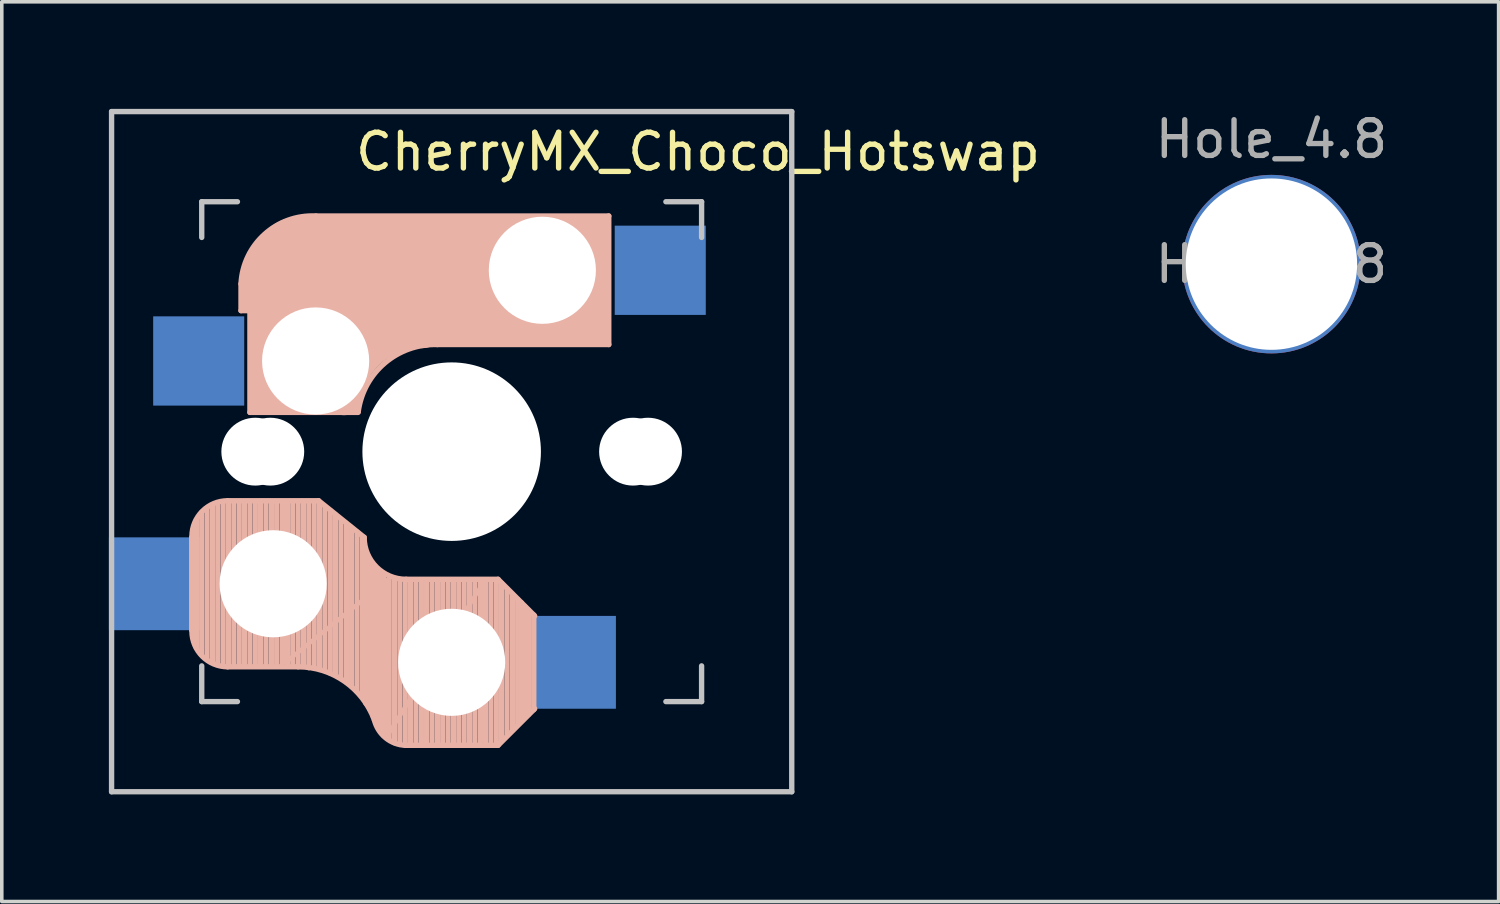
<source format=kicad_pcb>
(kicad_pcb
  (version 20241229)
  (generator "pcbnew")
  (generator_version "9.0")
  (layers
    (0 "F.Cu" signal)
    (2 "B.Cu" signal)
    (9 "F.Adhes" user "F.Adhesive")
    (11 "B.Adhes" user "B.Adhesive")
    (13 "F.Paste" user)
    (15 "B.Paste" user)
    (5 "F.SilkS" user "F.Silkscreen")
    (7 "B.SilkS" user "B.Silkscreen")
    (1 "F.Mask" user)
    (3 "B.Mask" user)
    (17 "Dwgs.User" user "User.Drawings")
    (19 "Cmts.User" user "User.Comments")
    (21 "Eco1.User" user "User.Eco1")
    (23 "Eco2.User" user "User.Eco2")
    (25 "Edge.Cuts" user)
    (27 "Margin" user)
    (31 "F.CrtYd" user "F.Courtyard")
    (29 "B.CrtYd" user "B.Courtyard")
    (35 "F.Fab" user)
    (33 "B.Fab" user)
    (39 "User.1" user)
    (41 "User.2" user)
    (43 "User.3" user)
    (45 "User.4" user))
  (footprint "CherryMX_Choco_Hotswap"
    (layer "F.Cu")
    (at 9.6 9.6)
    (property "Reference" "CherryMX_Choco_Hotswap" (at 6.9 -8.4 0) (layer "F.SilkS") (effects (font (size 1 1) (thickness 0.15))))
    (attr through_hole)
    (fp_line (start -7.28 2.4) (end -7.28 5) (stroke (width 0.15) (type solid)) (layer "B.SilkS"))
    (fp_line (start -7.15 5.49) (end -7.15 1.92) (stroke (width 0.15) (type solid)) (layer "B.SilkS"))
    (fp_line (start -7 5.68) (end -7 1.7) (stroke (width 0.15) (type solid)) (layer "B.SilkS"))
    (fp_line (start -6.85 5.81) (end -6.85 1.58) (stroke (width 0.15) (type solid)) (layer "B.SilkS"))
    (fp_line (start -6.7 5.89) (end -6.7 1.49) (stroke (width 0.15) (type solid)) (layer "B.SilkS"))
    (fp_line (start -6.55 5.96) (end -6.55 1.44) (stroke (width 0.15) (type solid)) (layer "B.SilkS"))
    (fp_line (start -6.4 5.98) (end -6.4 1.4) (stroke (width 0.15) (type solid)) (layer "B.SilkS"))
    (fp_line (start -6.25 6) (end -6.25 1.4) (stroke (width 0.15) (type solid)) (layer "B.SilkS"))
    (fp_line (start -6.1 6) (end -6.1 1.4) (stroke (width 0.15) (type solid)) (layer "B.SilkS"))
    (fp_line (start -5.95 6) (end -5.95 1.4) (stroke (width 0.15) (type solid)) (layer "B.SilkS"))
    (fp_line (start -5.9 -4.7) (end -5.9 -3.95) (stroke (width 0.15) (type solid)) (layer "B.SilkS"))
    (fp_line (start -5.9 -3.95) (end -5.7 -3.95) (stroke (width 0.15) (type solid)) (layer "B.SilkS"))
    (fp_line (start -5.8 -4.05) (end -5.8 -4.7) (stroke (width 0.3) (type solid)) (layer "B.SilkS"))
    (fp_line (start -5.8 6) (end -5.8 1.4) (stroke (width 0.15) (type solid)) (layer "B.SilkS"))
    (fp_line (start -5.65 -5.55) (end -5.65 -1.1) (stroke (width 0.15) (type solid)) (layer "B.SilkS"))
    (fp_line (start -5.65 -1.1) (end -2.62 -1.1) (stroke (width 0.15) (type solid)) (layer "B.SilkS"))
    (fp_line (start -5.65 6) (end -5.65 1.4) (stroke (width 0.15) (type solid)) (layer "B.SilkS"))
    (fp_line (start -5.5 6) (end -5.5 1.4) (stroke (width 0.15) (type solid)) (layer "B.SilkS"))
    (fp_line (start -5.45 -1.3) (end -3 -1.3) (stroke (width 0.5) (type solid)) (layer "B.SilkS"))
    (fp_line (start -5.35 6) (end -5.35 1.4) (stroke (width 0.15) (type solid)) (layer "B.SilkS"))
    (fp_line (start -5.3 -1.6) (end -5.3 -3.4) (stroke (width 0.8) (type solid)) (layer "B.SilkS"))
    (fp_line (start -5.2 6) (end -5.2 1.4) (stroke (width 0.15) (type solid)) (layer "B.SilkS"))
    (fp_line (start -5.05 6) (end -5.05 1.4) (stroke (width 0.15) (type solid)) (layer "B.SilkS"))
    (fp_line (start -4.9 6) (end -4.9 1.4) (stroke (width 0.15) (type solid)) (layer "B.SilkS"))
    (fp_line (start -4.75 6) (end -4.75 1.4) (stroke (width 0.15) (type solid)) (layer "B.SilkS"))
    (fp_line (start -4.65 5.9) (end -4.65 1.4) (stroke (width 0.12) (type solid)) (layer "B.SilkS"))
    (fp_line (start -4.6 6) (end -4.6 1.4) (stroke (width 0.15) (type solid)) (layer "B.SilkS"))
    (fp_line (start -4.45 6) (end -4.45 1.4) (stroke (width 0.15) (type solid)) (layer "B.SilkS"))
    (fp_line (start -4.3 6) (end -4.3 1.4) (stroke (width 0.15) (type solid)) (layer "B.SilkS"))
    (fp_line (start -4.3 6.025) (end -6.275 6.025) (stroke (width 0.15) (type solid)) (layer "B.SilkS"))
    (fp_line (start -4.17 -5.1) (end -4.17 -2.86) (stroke (width 3) (type solid)) (layer "B.SilkS"))
    (fp_line (start -4.15 6) (end -4.15 1.45) (stroke (width 0.15) (type solid)) (layer "B.SilkS"))
    (fp_line (start -4 6.05) (end -4 1.4) (stroke (width 0.15) (type solid)) (layer "B.SilkS"))
    (fp_line (start -3.85 6.05) (end -3.85 1.4) (stroke (width 0.15) (type solid)) (layer "B.SilkS"))
    (fp_line (start -3.725 1.375) (end -6.275 1.375) (stroke (width 0.15) (type solid)) (layer "B.SilkS"))
    (fp_line (start -3.725 1.375) (end -2.45 2.4) (stroke (width 0.15) (type solid)) (layer "B.SilkS"))
    (fp_line (start -3.7 6.05) (end -3.7 1.45) (stroke (width 0.15) (type solid)) (layer "B.SilkS"))
    (fp_line (start -3.55 6.1) (end -3.55 1.55) (stroke (width 0.15) (type solid)) (layer "B.SilkS"))
    (fp_line (start -3.4 6.2) (end -3.4 1.65) (stroke (width 0.15) (type solid)) (layer "B.SilkS"))
    (fp_line (start -3.25 6.25) (end -3.25 1.8) (stroke (width 0.15) (type solid)) (layer "B.SilkS"))
    (fp_line (start -3.1 6.35) (end -3.1 1.9) (stroke (width 0.15) (type solid)) (layer "B.SilkS"))
    (fp_line (start -2.95 6.45) (end -2.95 2.05) (stroke (width 0.15) (type solid)) (layer "B.SilkS"))
    (fp_line (start -2.8 6.55) (end -2.8 2.15) (stroke (width 0.15) (type solid)) (layer "B.SilkS"))
    (fp_line (start -2.65 6.7) (end -2.65 2.25) (stroke (width 0.15) (type solid)) (layer "B.SilkS"))
    (fp_line (start -2.5 6.85) (end -2.5 2.4) (stroke (width 0.15) (type solid)) (layer "B.SilkS"))
    (fp_line (start -2.4 7.05) (end -2.4 2.9) (stroke (width 0.15) (type solid)) (layer "B.SilkS"))
    (fp_line (start -2.3 7.2) (end -2.3 3.05) (stroke (width 0.15) (type solid)) (layer "B.SilkS"))
    (fp_line (start -2.2 7.4) (end -2.2 3.25) (stroke (width 0.15) (type solid)) (layer "B.SilkS"))
    (fp_line (start -2.1 7.55) (end -2.1 3.35) (stroke (width 0.15) (type solid)) (layer "B.SilkS"))
    (fp_line (start -2 7.8) (end -2 3.4) (stroke (width 0.15) (type solid)) (layer "B.SilkS"))
    (fp_line (start -1.9 7.95) (end -1.9 3.45) (stroke (width 0.15) (type solid)) (layer "B.SilkS"))
    (fp_line (start -1.8 3.6) (end -4.65 5.9) (stroke (width 0.12) (type solid)) (layer "B.SilkS"))
    (fp_line (start -1.8 7.95) (end -1.8 3.6) (stroke (width 0.12) (type solid)) (layer "B.SilkS"))
    (fp_line (start -1.75 8.05) (end -1.75 3.5) (stroke (width 0.15) (type solid)) (layer "B.SilkS"))
    (fp_line (start -1.6 8.15) (end -1.6 3.6) (stroke (width 0.15) (type solid)) (layer "B.SilkS"))
    (fp_line (start -1.45 8.2) (end -1.45 3.6) (stroke (width 0.15) (type solid)) (layer "B.SilkS"))
    (fp_line (start -1.3 8.2) (end -1.3 3.6) (stroke (width 0.15) (type solid)) (layer "B.SilkS"))
    (fp_line (start -1.15 8.2) (end -1.15 3.65) (stroke (width 0.15) (type solid)) (layer "B.SilkS"))
    (fp_line (start -1 8.2) (end -1 3.6) (stroke (width 0.15) (type solid)) (layer "B.SilkS"))
    (fp_line (start -0.85 8.2) (end -0.85 3.6) (stroke (width 0.15) (type solid)) (layer "B.SilkS"))
    (fp_line (start -0.7 8.2) (end -0.7 3.6) (stroke (width 0.15) (type solid)) (layer "B.SilkS"))
    (fp_line (start -0.55 8.2) (end -0.55 3.6) (stroke (width 0.15) (type solid)) (layer "B.SilkS"))
    (fp_line (start -0.4 -3) (end 4.4 -3) (stroke (width 0.15) (type solid)) (layer "B.SilkS"))
    (fp_line (start -0.4 8.2) (end -0.4 3.6) (stroke (width 0.15) (type solid)) (layer "B.SilkS"))
    (fp_line (start -0.25 8.2) (end -0.25 3.6) (stroke (width 0.15) (type solid)) (layer "B.SilkS"))
    (fp_line (start -0.1 8.2) (end -0.1 3.6) (stroke (width 0.15) (type solid)) (layer "B.SilkS"))
    (fp_line (start 0.05 8.2) (end 0.05 3.6) (stroke (width 0.15) (type solid)) (layer "B.SilkS"))
    (fp_line (start 0.2 8.2) (end 0.2 3.6) (stroke (width 0.15) (type solid)) (layer "B.SilkS"))
    (fp_line (start 0.35 8.2) (end 0.35 3.6) (stroke (width 0.15) (type solid)) (layer "B.SilkS"))
    (fp_line (start 0.5 8.2) (end 0.5 3.6) (stroke (width 0.15) (type solid)) (layer "B.SilkS"))
    (fp_line (start 0.65 8.2) (end 0.65 3.6) (stroke (width 0.15) (type solid)) (layer "B.SilkS"))
    (fp_line (start 0.8 8.2) (end 0.8 3.6) (stroke (width 0.15) (type solid)) (layer "B.SilkS"))
    (fp_line (start 0.9 3.65) (end -1.8 7.95) (stroke (width 0.12) (type solid)) (layer "B.SilkS"))
    (fp_line (start 0.9 8.1) (end 0.9 3.65) (stroke (width 0.12) (type solid)) (layer "B.SilkS"))
    (fp_line (start 0.95 8.2) (end 0.95 3.6) (stroke (width 0.15) (type solid)) (layer "B.SilkS"))
    (fp_line (start 1.1 8.2) (end 1.1 3.6) (stroke (width 0.15) (type solid)) (layer "B.SilkS"))
    (fp_line (start 1.25 8.2) (end 1.25 3.6) (stroke (width 0.15) (type solid)) (layer "B.SilkS"))
    (fp_line (start 1.3 3.575) (end -1.275 3.575) (stroke (width 0.15) (type solid)) (layer "B.SilkS"))
    (fp_line (start 1.3 3.575) (end 2.325 4.6) (stroke (width 0.15) (type solid)) (layer "B.SilkS"))
    (fp_line (start 1.3 8.225) (end -1.3 8.225) (stroke (width 0.15) (type solid)) (layer "B.SilkS"))
    (fp_line (start 1.4 8.09) (end 1.4 3.69) (stroke (width 0.15) (type solid)) (layer "B.SilkS"))
    (fp_line (start 1.55 7.93) (end 1.55 3.85) (stroke (width 0.15) (type solid)) (layer "B.SilkS"))
    (fp_line (start 1.7 7.8) (end 1.7 4) (stroke (width 0.15) (type solid)) (layer "B.SilkS"))
    (fp_line (start 1.85 7.64) (end 1.85 4.14) (stroke (width 0.15) (type solid)) (layer "B.SilkS"))
    (fp_line (start 1.95 7.54) (end 1.95 4.23) (stroke (width 0.15) (type solid)) (layer "B.SilkS"))
    (fp_line (start 2.05 7.44) (end 2.05 4.34) (stroke (width 0.15) (type solid)) (layer "B.SilkS"))
    (fp_line (start 2.15 7.36) (end 2.15 4.44) (stroke (width 0.15) (type solid)) (layer "B.SilkS"))
    (fp_line (start 2.3 4.575) (end 2.3 7.225) (stroke (width 0.15) (type solid)) (layer "B.SilkS"))
    (fp_line (start 2.325 7.2) (end 1.3 8.225) (stroke (width 0.15) (type solid)) (layer "B.SilkS"))
    (fp_line (start 2.6 -4.8) (end -4.1 -4.8) (stroke (width 3.5) (type solid)) (layer "B.SilkS"))
    (fp_line (start 3.9 -6) (end 3.9 -3.5) (stroke (width 1) (type solid)) (layer "B.SilkS"))
    (fp_line (start 4.2 -3.25) (end 2.9 -3.3) (stroke (width 0.5) (type solid)) (layer "B.SilkS"))
    (fp_line (start 4.25 -6.4) (end 3 -6.4) (stroke (width 0.4) (type solid)) (layer "B.SilkS"))
    (fp_line (start 4.38 -4) (end 4.38 -6.25) (stroke (width 0.15) (type solid)) (layer "B.SilkS"))
    (fp_line (start 4.4 -6.6) (end -3.8 -6.6) (stroke (width 0.15) (type solid)) (layer "B.SilkS"))
    (fp_line (start 4.4 -3) (end 4.4 -6.6) (stroke (width 0.15) (type solid)) (layer "B.SilkS"))
    (fp_arc (start -7.275 2.375) (mid -6.982107 1.667893) (end -6.275 1.375) (stroke (width 0.15) (type solid)) (layer "B.SilkS"))
    (fp_arc (start -6.275 6.025) (mid -6.982107 5.732107) (end -7.275 5.025) (stroke (width 0.15) (type solid)) (layer "B.SilkS"))
    (fp_arc (start -5.9 -4.699999) (mid -5.243504 -6.084924) (end -3.800001 -6.6) (stroke (width 0.15) (type solid)) (layer "B.SilkS"))
    (fp_arc (start -4.3 6.025) (mid -2.995114 6.436429) (end -2.162199 7.521904) (stroke (width 0.15) (type solid)) (layer "B.SilkS"))
    (fp_arc (start -3.016318 -1.521471) (mid -2.268709 -2.886118) (end -0.8 -3.4) (stroke (width 1) (type solid)) (layer "B.SilkS"))
    (fp_arc (start -2.616318 -1.121471) (mid -1.868709 -2.486118) (end -0.4 -3) (stroke (width 0.15) (type solid)) (layer "B.SilkS"))
    (fp_arc (start -1.300995 8.223791) (mid -1.848284 8.016021) (end -2.162199 7.521904) (stroke (width 0.15) (type solid)) (layer "B.SilkS"))
    (fp_arc (start -1.275 3.575) (mid -2.10585 3.23085) (end -2.45 2.4) (stroke (width 0.15) (type solid)) (layer "B.SilkS"))
    (fp_line (start -9.525 -9.525) (end 9.525 -9.525) (stroke (width 0.15) (type solid)) (layer "Dwgs.User"))
    (fp_line (start -9.525 9.525) (end -9.525 -9.525) (stroke (width 0.15) (type solid)) (layer "Dwgs.User"))
    (fp_line (start -7 -7) (end -6 -7) (stroke (width 0.15) (type solid)) (layer "Dwgs.User"))
    (fp_line (start -7 -6) (end -7 -7) (stroke (width 0.15) (type solid)) (layer "Dwgs.User"))
    (fp_line (start -7 6) (end -7 7) (stroke (width 0.15) (type solid)) (layer "Dwgs.User"))
    (fp_line (start -7 7) (end -6 7) (stroke (width 0.15) (type solid)) (layer "Dwgs.User"))
    (fp_line (start 6 7) (end 7 7) (stroke (width 0.15) (type solid)) (layer "Dwgs.User"))
    (fp_line (start 7 -7) (end 6 -7) (stroke (width 0.15) (type solid)) (layer "Dwgs.User"))
    (fp_line (start 7 -7) (end 7 -6) (stroke (width 0.15) (type solid)) (layer "Dwgs.User"))
    (fp_line (start 7 7) (end 7 6) (stroke (width 0.15) (type solid)) (layer "Dwgs.User"))
    (fp_line (start 9.525 -9.525) (end 9.525 9.525) (stroke (width 0.15) (type solid)) (layer "Dwgs.User"))
    (fp_line (start 9.525 9.525) (end -9.525 9.525) (stroke (width 0.15) (type solid)) (layer "Dwgs.User"))
    (pad "" np_thru_hole circle (at -5.5 0 90) (size 1.9 1.9) (drill 1.9) (layers "*.Cu"))
    (pad "" np_thru_hole circle (at -5.08 0) (size 1.9 1.9) (drill 1.9) (layers "*.Cu" "*.Mask"))
    (pad "" np_thru_hole circle (at -5 3.7 90) (size 3 3) (drill 3) (layers "*.Cu" "*.Mask"))
    (pad "" np_thru_hole circle (at -3.81 -2.54) (size 3 3) (drill 3) (layers "*.Cu" "*.Mask"))
    (pad "" np_thru_hole circle (at 0 0 90) (size 5 5) (drill 5) (layers "*.Cu"))
    (pad "" np_thru_hole circle (at 0 5.9 90) (size 3 3) (drill 3) (layers "*.Cu" "*.Mask"))
    (pad "" np_thru_hole circle (at 2.54 -5.08) (size 3 3) (drill 3) (layers "*.Cu" "*.Mask"))
    (pad "" np_thru_hole circle (at 5.08 0) (size 1.9 1.9) (drill 1.9) (layers "*.Cu" "*.Mask"))
    (pad "" np_thru_hole circle (at 5.5 0 90) (size 1.9 1.9) (drill 1.9) (layers "*.Cu"))
    (pad "1" smd rect (at -8.3 3.7 180) (size 2.6 2.6) (layers "B.Cu" "B.Mask" "B.Paste"))
    (pad "1" smd rect (at -7.085 -2.54 180) (size 2.55 2.5) (layers "B.Cu" "B.Mask" "B.Paste"))
    (pad "2" smd rect (at 3.3 5.9 180) (size 2.6 2.6) (layers "B.Cu" "B.Mask" "B.Paste"))
    (pad "2" smd rect (at 5.842 -5.08 180) (size 2.55 2.5) (layers "B.Cu" "B.Mask" "B.Paste")))
  (footprint "Hole_4.8"
    (layer "F.Cu")
    (at 32.56 4.348)
    (property "Reference" "Hole_4.8" (at 0 -3.5 0) (unlocked yes) (layer "F.Fab") (effects (font (size 1 1) (thickness 0.15))))
    (attr exclude_from_pos_files exclude_from_bom)
    (fp_text user "${REFERENCE}" (at 0 0 0) (unlocked yes) (layer "F.Fab") (effects (font (size 1 1) (thickness 0.15))))
    (pad "" np_thru_hole circle (at 0 0) (size 5 5) (drill 4.8) (layers "*.Cu" "*.Mask")))
  (gr_rect
    (start -3 -3)
    (end 38.923 22.2)
    (stroke (width 0.1) (type default))
    (fill no)
    (layer "Edge.Cuts")))
</source>
